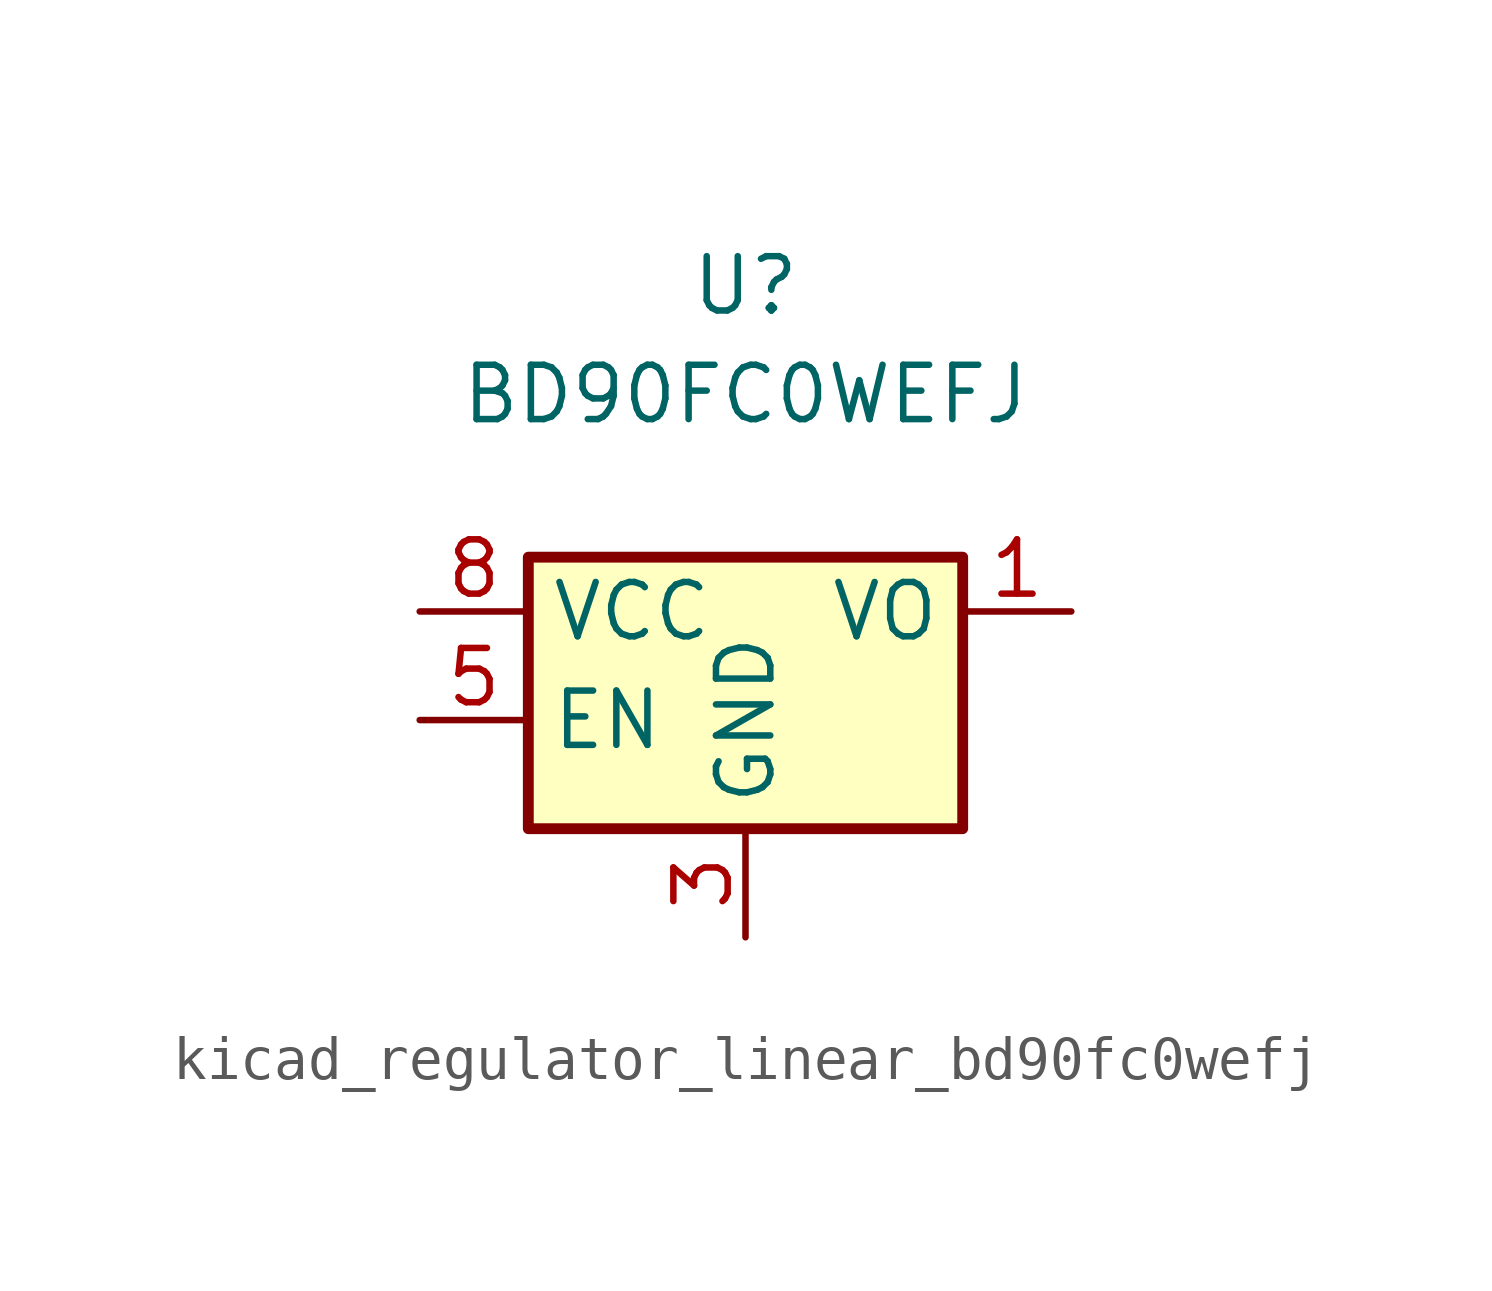
<source format=kicad_sym>
(kicad_symbol_lib
  (version 20220914)
  (generator kicad_symbol_editor)
  (symbol "kicad_regulator_linear_bd90fc0wefj"
    (property "Reference" "U"
      (at 0 7.62 0)
      (effects (font (size 1.27 1.27))))
    (property "Value" "BD90FC0WEFJ"
      (at 0 5.08 0)
      (effects (font (size 1.27 1.27))))
    (symbol "kicad_regulator_linear_bd90fc0wefj_1_1"
      (rectangle (start -5.08 -5.08) (end 5.08 1.27) (stroke (width 0.254) (type default)) (fill (type background)))
      (pin power_out line (at 7.62 0 180) (length 2.54) (name "VO" (effects (font (size 1.27 1.27)))) (number "1" (effects (font (size 1.27 1.27)))))
      (pin no_connect line (at 5.08 -2.54 180) (length 2.54) hide (name "NC" (effects (font (size 1.27 1.27)))) (number "2" (effects (font (size 1.27 1.27)))))
      (pin power_in line (at 0 -7.62 90) (length 2.54) (name "GND" (effects (font (size 1.27 1.27)))) (number "3" (effects (font (size 1.27 1.27)))))
      (pin no_connect line (at -3.81 -5.08 90) (length 2.54) hide (name "NC" (effects (font (size 1.27 1.27)))) (number "4" (effects (font (size 1.27 1.27)))))
      (pin input line (at -7.62 -2.54 0) (length 2.54) (name "EN" (effects (font (size 1.27 1.27)))) (number "5" (effects (font (size 1.27 1.27)))))
      (pin no_connect line (at -2.54 -5.08 90) (length 2.54) hide (name "NC" (effects (font (size 1.27 1.27)))) (number "6" (effects (font (size 1.27 1.27)))))
      (pin no_connect line (at -1.27 -5.08 90) (length 2.54) hide (name "NC" (effects (font (size 1.27 1.27)))) (number "7" (effects (font (size 1.27 1.27)))))
      (pin power_in line (at -7.62 0 0) (length 2.54) (name "VCC" (effects (font (size 1.27 1.27)))) (number "8" (effects (font (size 1.27 1.27)))))
      (pin passive line (at 0 -7.62 90) (length 2.54) hide (name "GND" (effects (font (size 1.27 1.27)))) (number "9" (effects (font (size 1.27 1.27))))))))
</source>
